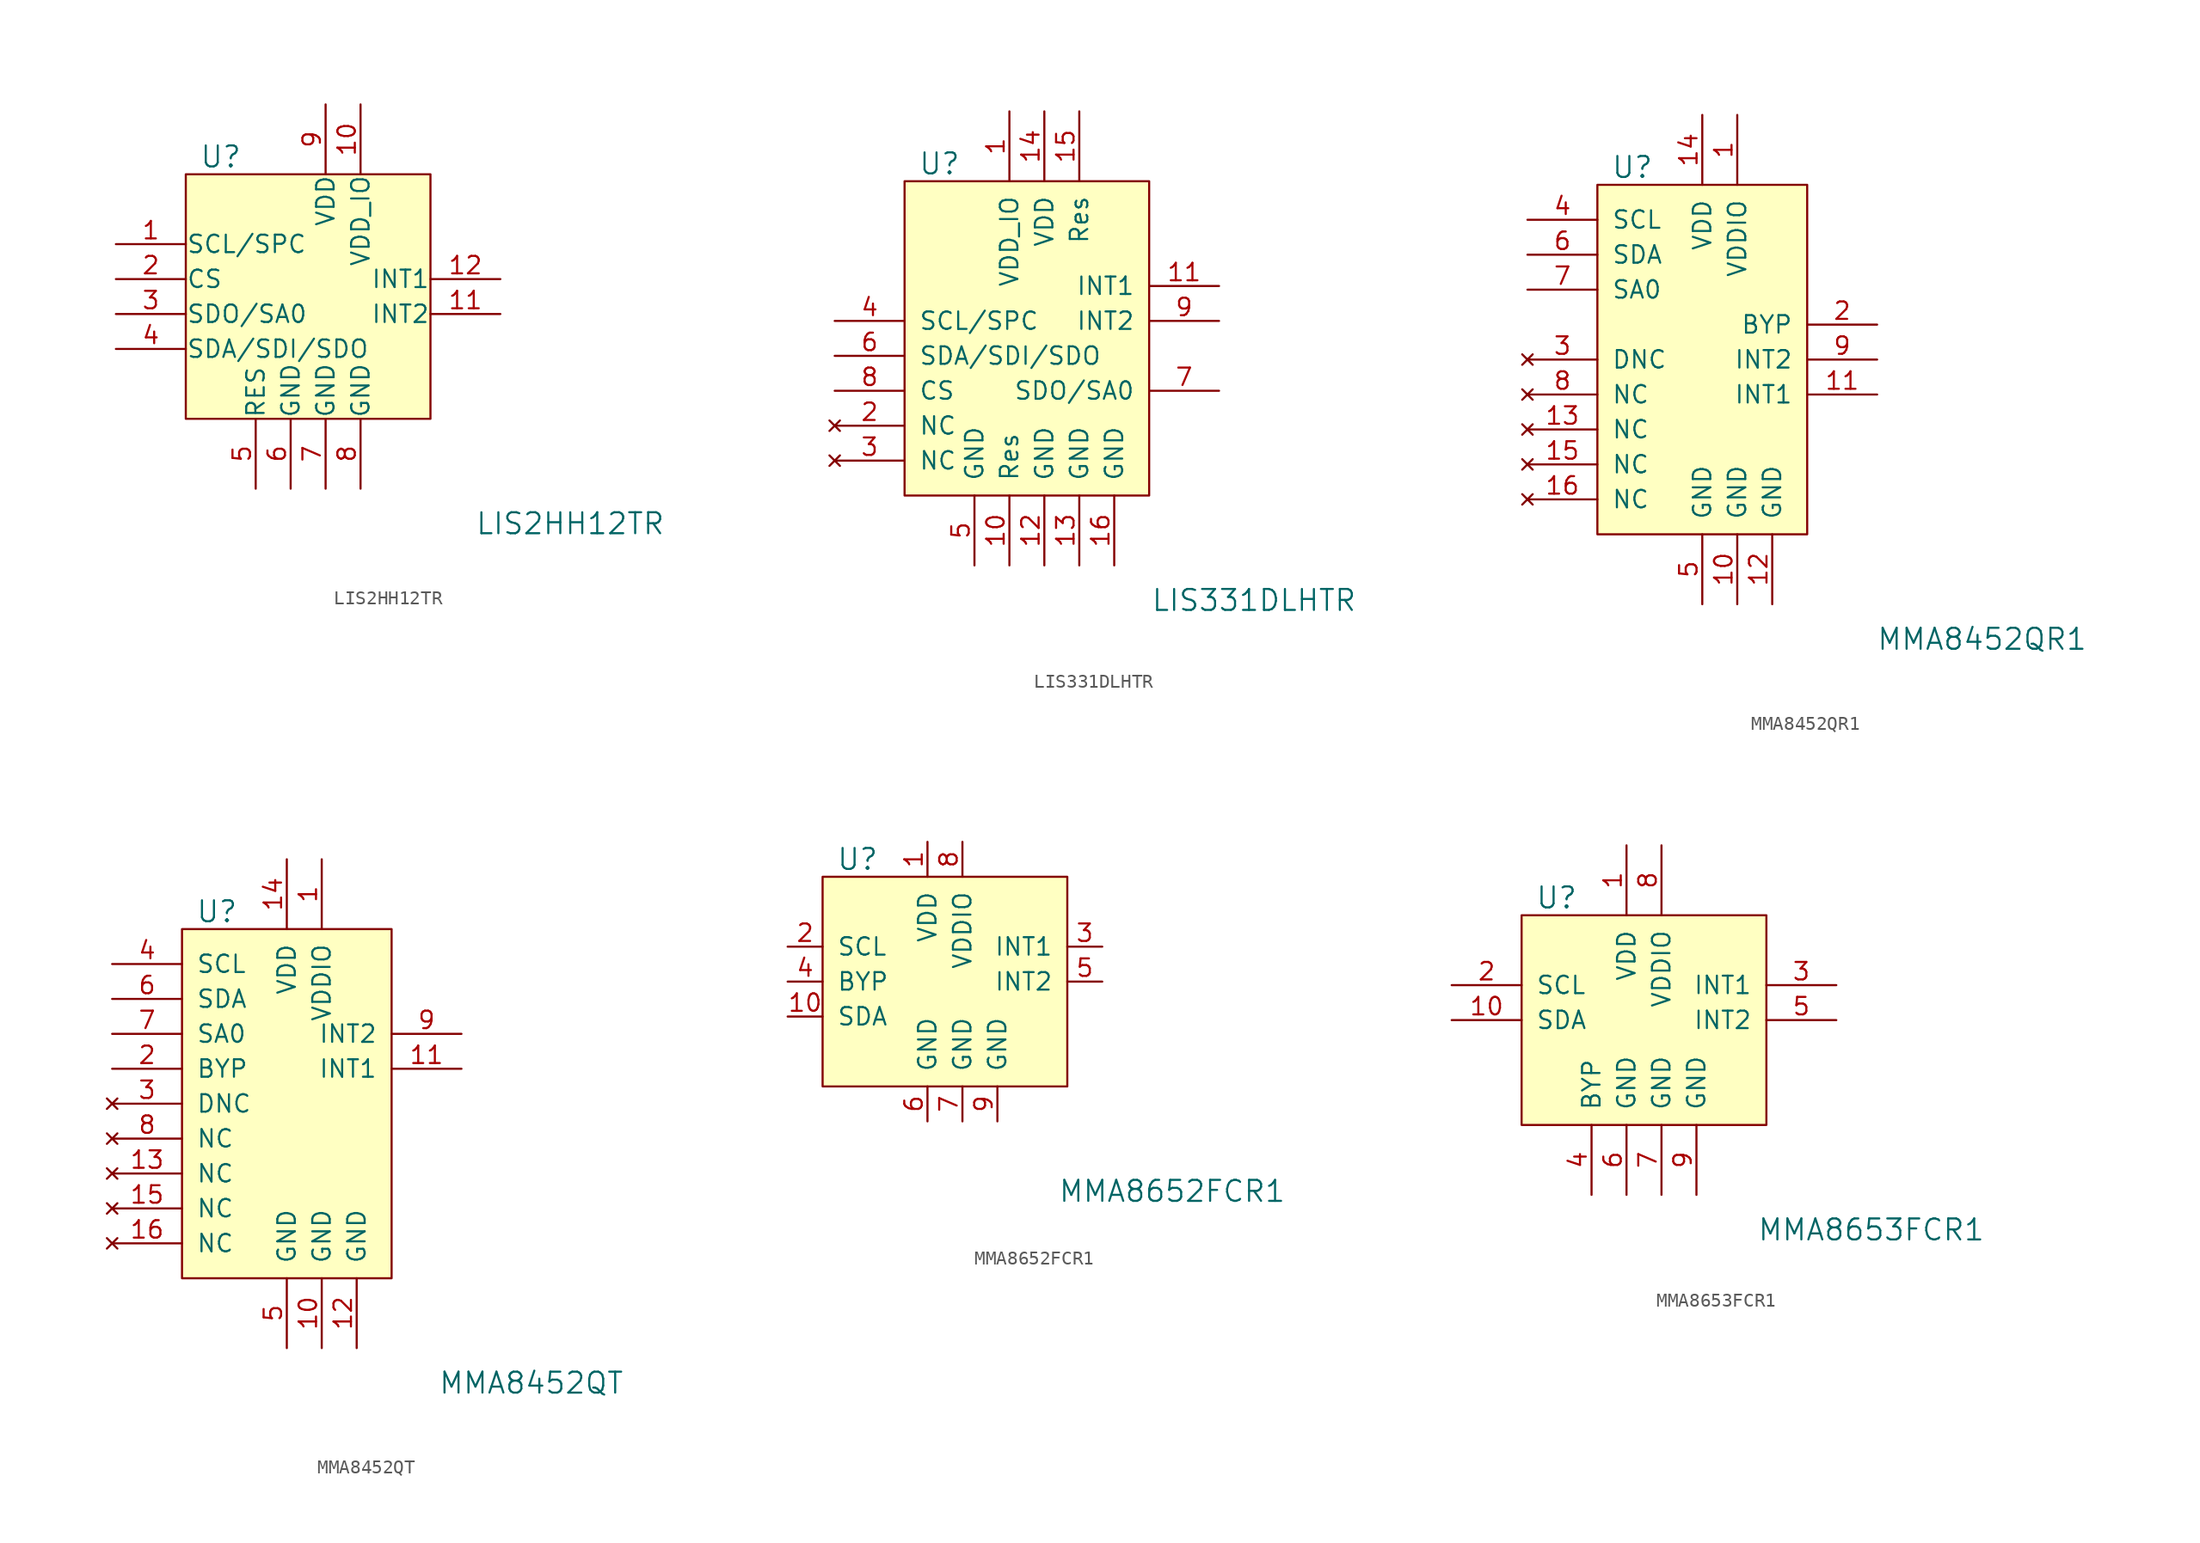
<source format=kicad_sym>
(kicad_symbol_lib
  (version 20211014)
  (generator kicad_symbol_editor)
  (symbol "LIS2HH12TR"
    (pin_names
      (offset 0.025))
    (property "Reference" "U"
      (at -7.62 8.89 0)
      (effects (font (size 1.524 1.524))))
    (property "Value" "LIS2HH12TR"
      (at 17.78 -17.78 0)
      (effects (font (size 1.524 1.524))))
    (symbol "LIS2HH12TR_0_1"
      (rectangle (start -10.16 7.62) (end 7.62 -10.16) (stroke (width 0) (type default) (color 0 0 0 0)) (fill (type background))))
    (symbol "LIS2HH12TR_1_1"
      (pin input line (at -15.24 2.54 0) (length 5.08) (name "SCL/SPC" (effects (font (size 1.27 1.27)))) (number "1" (effects (font (size 1.27 1.27)))))
      (pin power_in line (at 2.54 12.7 270) (length 5.08) (name "VDD_IO" (effects (font (size 1.27 1.27)))) (number "10" (effects (font (size 1.27 1.27)))))
      (pin output line (at 12.7 -2.54 180) (length 5.08) (name "INT2" (effects (font (size 1.27 1.27)))) (number "11" (effects (font (size 1.27 1.27)))))
      (pin output line (at 12.7 0 180) (length 5.08) (name "INT1" (effects (font (size 1.27 1.27)))) (number "12" (effects (font (size 1.27 1.27)))))
      (pin input line (at -15.24 0 0) (length 5.08) (name "CS" (effects (font (size 1.27 1.27)))) (number "2" (effects (font (size 1.27 1.27)))))
      (pin bidirectional line (at -15.24 -2.54 0) (length 5.08) (name "SDO/SA0" (effects (font (size 1.27 1.27)))) (number "3" (effects (font (size 1.27 1.27)))))
      (pin bidirectional line (at -15.24 -5.08 0) (length 5.08) (name "SDA/SDI/SDO" (effects (font (size 1.27 1.27)))) (number "4" (effects (font (size 1.27 1.27)))))
      (pin power_in line (at -5.08 -15.24 90) (length 5.08) (name "RES" (effects (font (size 1.27 1.27)))) (number "5" (effects (font (size 1.27 1.27)))))
      (pin power_in line (at -2.54 -15.24 90) (length 5.08) (name "GND" (effects (font (size 1.27 1.27)))) (number "6" (effects (font (size 1.27 1.27)))))
      (pin power_in line (at 0 -15.24 90) (length 5.08) (name "GND" (effects (font (size 1.27 1.27)))) (number "7" (effects (font (size 1.27 1.27)))))
      (pin power_in line (at 2.54 -15.24 90) (length 5.08) (name "GND" (effects (font (size 1.27 1.27)))) (number "8" (effects (font (size 1.27 1.27)))))
      (pin power_in line (at 0 12.7 270) (length 5.08) (name "VDD" (effects (font (size 1.27 1.27)))) (number "9" (effects (font (size 1.27 1.27)))))))
  (symbol "LIS331DLHTR"
    (pin_names
      (offset 1.016))
    (property "Reference" "U"
      (at -7.62 13.97 0)
      (effects (font (size 1.524 1.524))))
    (property "Value" "LIS331DLHTR"
      (at 15.24 -17.78 0)
      (effects (font (size 1.524 1.524))))
    (symbol "LIS331DLHTR_0_1"
      (rectangle (start -10.16 12.7) (end 7.62 -10.16) (stroke (width 0) (type default) (color 0 0 0 0)) (fill (type background))))
    (symbol "LIS331DLHTR_1_1"
      (pin power_in line (at -2.54 17.78 270) (length 5.08) (name "VDD_IO" (effects (font (size 1.27 1.27)))) (number "1" (effects (font (size 1.27 1.27)))))
      (pin power_in line (at -2.54 -15.24 90) (length 5.08) (name "Res" (effects (font (size 1.27 1.27)))) (number "10" (effects (font (size 1.27 1.27)))))
      (pin output line (at 12.7 5.08 180) (length 5.08) (name "INT1" (effects (font (size 1.27 1.27)))) (number "11" (effects (font (size 1.27 1.27)))))
      (pin power_in line (at 0 -15.24 90) (length 5.08) (name "GND" (effects (font (size 1.27 1.27)))) (number "12" (effects (font (size 1.27 1.27)))))
      (pin power_in line (at 2.54 -15.24 90) (length 5.08) (name "GND" (effects (font (size 1.27 1.27)))) (number "13" (effects (font (size 1.27 1.27)))))
      (pin power_in line (at 0 17.78 270) (length 5.08) (name "VDD" (effects (font (size 1.27 1.27)))) (number "14" (effects (font (size 1.27 1.27)))))
      (pin power_in line (at 2.54 17.78 270) (length 5.08) (name "Res" (effects (font (size 1.27 1.27)))) (number "15" (effects (font (size 1.27 1.27)))))
      (pin power_in line (at 5.08 -15.24 90) (length 5.08) (name "GND" (effects (font (size 1.27 1.27)))) (number "16" (effects (font (size 1.27 1.27)))))
      (pin no_connect line (at -15.24 -5.08 0) (length 5.08) (name "NC" (effects (font (size 1.27 1.27)))) (number "2" (effects (font (size 1.27 1.27)))))
      (pin no_connect line (at -15.24 -7.62 0) (length 5.08) (name "NC" (effects (font (size 1.27 1.27)))) (number "3" (effects (font (size 1.27 1.27)))))
      (pin input line (at -15.24 2.54 0) (length 5.08) (name "SCL/SPC" (effects (font (size 1.27 1.27)))) (number "4" (effects (font (size 1.27 1.27)))))
      (pin power_in line (at -5.08 -15.24 90) (length 5.08) (name "GND" (effects (font (size 1.27 1.27)))) (number "5" (effects (font (size 1.27 1.27)))))
      (pin bidirectional line (at -15.24 0 0) (length 5.08) (name "SDA/SDI/SDO" (effects (font (size 1.27 1.27)))) (number "6" (effects (font (size 1.27 1.27)))))
      (pin output line (at 12.7 -2.54 180) (length 5.08) (name "SDO/SA0" (effects (font (size 1.27 1.27)))) (number "7" (effects (font (size 1.27 1.27)))))
      (pin input line (at -15.24 -2.54 0) (length 5.08) (name "CS" (effects (font (size 1.27 1.27)))) (number "8" (effects (font (size 1.27 1.27)))))
      (pin output line (at 12.7 2.54 180) (length 5.08) (name "INT2" (effects (font (size 1.27 1.27)))) (number "9" (effects (font (size 1.27 1.27)))))))
  (symbol "MMA8452QR1"
    (pin_names
      (offset 1.016))
    (property "Reference" "U"
      (at -5.08 13.97 0)
      (effects (font (size 1.524 1.524))))
    (property "Value" "MMA8452QR1"
      (at 20.32 -20.32 0)
      (effects (font (size 1.524 1.524))))
    (symbol "MMA8452QR1_0_1"
      (rectangle (start -7.62 12.7) (end 7.62 -12.7) (stroke (width 0) (type default) (color 0 0 0 0)) (fill (type background))))
    (symbol "MMA8452QR1_1_1"
      (pin power_in line (at 2.54 17.78 270) (length 5.08) (name "VDDIO" (effects (font (size 1.27 1.27)))) (number "1" (effects (font (size 1.27 1.27)))))
      (pin power_in line (at 2.54 -17.78 90) (length 5.08) (name "GND" (effects (font (size 1.27 1.27)))) (number "10" (effects (font (size 1.27 1.27)))))
      (pin output line (at 12.7 -2.54 180) (length 5.08) (name "INT1" (effects (font (size 1.27 1.27)))) (number "11" (effects (font (size 1.27 1.27)))))
      (pin power_in line (at 5.08 -17.78 90) (length 5.08) (name "GND" (effects (font (size 1.27 1.27)))) (number "12" (effects (font (size 1.27 1.27)))))
      (pin no_connect line (at -12.7 -5.08 0) (length 5.08) (name "NC" (effects (font (size 1.27 1.27)))) (number "13" (effects (font (size 1.27 1.27)))))
      (pin power_in line (at 0 17.78 270) (length 5.08) (name "VDD" (effects (font (size 1.27 1.27)))) (number "14" (effects (font (size 1.27 1.27)))))
      (pin no_connect line (at -12.7 -7.62 0) (length 5.08) (name "NC" (effects (font (size 1.27 1.27)))) (number "15" (effects (font (size 1.27 1.27)))))
      (pin no_connect line (at -12.7 -10.16 0) (length 5.08) (name "NC" (effects (font (size 1.27 1.27)))) (number "16" (effects (font (size 1.27 1.27)))))
      (pin output line (at 12.7 2.54 180) (length 5.08) (name "BYP" (effects (font (size 1.27 1.27)))) (number "2" (effects (font (size 1.27 1.27)))))
      (pin no_connect line (at -12.7 0 0) (length 5.08) (name "DNC" (effects (font (size 1.27 1.27)))) (number "3" (effects (font (size 1.27 1.27)))))
      (pin bidirectional line (at -12.7 10.16 0) (length 5.08) (name "SCL" (effects (font (size 1.27 1.27)))) (number "4" (effects (font (size 1.27 1.27)))))
      (pin power_in line (at 0 -17.78 90) (length 5.08) (name "GND" (effects (font (size 1.27 1.27)))) (number "5" (effects (font (size 1.27 1.27)))))
      (pin bidirectional line (at -12.7 7.62 0) (length 5.08) (name "SDA" (effects (font (size 1.27 1.27)))) (number "6" (effects (font (size 1.27 1.27)))))
      (pin bidirectional line (at -12.7 5.08 0) (length 5.08) (name "SA0" (effects (font (size 1.27 1.27)))) (number "7" (effects (font (size 1.27 1.27)))))
      (pin no_connect line (at -12.7 -2.54 0) (length 5.08) (name "NC" (effects (font (size 1.27 1.27)))) (number "8" (effects (font (size 1.27 1.27)))))
      (pin power_out line (at 12.7 0 180) (length 5.08) (name "INT2" (effects (font (size 1.27 1.27)))) (number "9" (effects (font (size 1.27 1.27)))))))
  (symbol "MMA8452QT"
    (pin_names
      (offset 1.016))
    (property "Reference" "U"
      (at -5.08 13.97 0)
      (effects (font (size 1.524 1.524))))
    (property "Value" "MMA8452QT"
      (at 17.78 -20.32 0)
      (effects (font (size 1.524 1.524))))
    (symbol "MMA8452QT_0_1"
      (rectangle (start -7.62 12.7) (end 7.62 -12.7) (stroke (width 0) (type default) (color 0 0 0 0)) (fill (type background))))
    (symbol "MMA8452QT_1_1"
      (pin power_in line (at 2.54 17.78 270) (length 5.08) (name "VDDIO" (effects (font (size 1.27 1.27)))) (number "1" (effects (font (size 1.27 1.27)))))
      (pin power_in line (at 2.54 -17.78 90) (length 5.08) (name "GND" (effects (font (size 1.27 1.27)))) (number "10" (effects (font (size 1.27 1.27)))))
      (pin input line (at 12.7 2.54 180) (length 5.08) (name "INT1" (effects (font (size 1.27 1.27)))) (number "11" (effects (font (size 1.27 1.27)))))
      (pin power_in line (at 5.08 -17.78 90) (length 5.08) (name "GND" (effects (font (size 1.27 1.27)))) (number "12" (effects (font (size 1.27 1.27)))))
      (pin no_connect line (at -12.7 -5.08 0) (length 5.08) (name "NC" (effects (font (size 1.27 1.27)))) (number "13" (effects (font (size 1.27 1.27)))))
      (pin power_in line (at 0 17.78 270) (length 5.08) (name "VDD" (effects (font (size 1.27 1.27)))) (number "14" (effects (font (size 1.27 1.27)))))
      (pin no_connect line (at -12.7 -7.62 0) (length 5.08) (name "NC" (effects (font (size 1.27 1.27)))) (number "15" (effects (font (size 1.27 1.27)))))
      (pin no_connect line (at -12.7 -10.16 0) (length 5.08) (name "NC" (effects (font (size 1.27 1.27)))) (number "16" (effects (font (size 1.27 1.27)))))
      (pin unspecified line (at -12.7 2.54 0) (length 5.08) (name "BYP" (effects (font (size 1.27 1.27)))) (number "2" (effects (font (size 1.27 1.27)))))
      (pin no_connect line (at -12.7 0 0) (length 5.08) (name "DNC" (effects (font (size 1.27 1.27)))) (number "3" (effects (font (size 1.27 1.27)))))
      (pin bidirectional line (at -12.7 10.16 0) (length 5.08) (name "SCL" (effects (font (size 1.27 1.27)))) (number "4" (effects (font (size 1.27 1.27)))))
      (pin power_in line (at 0 -17.78 90) (length 5.08) (name "GND" (effects (font (size 1.27 1.27)))) (number "5" (effects (font (size 1.27 1.27)))))
      (pin bidirectional line (at -12.7 7.62 0) (length 5.08) (name "SDA" (effects (font (size 1.27 1.27)))) (number "6" (effects (font (size 1.27 1.27)))))
      (pin bidirectional line (at -12.7 5.08 0) (length 5.08) (name "SA0" (effects (font (size 1.27 1.27)))) (number "7" (effects (font (size 1.27 1.27)))))
      (pin no_connect line (at -12.7 -2.54 0) (length 5.08) (name "NC" (effects (font (size 1.27 1.27)))) (number "8" (effects (font (size 1.27 1.27)))))
      (pin input line (at 12.7 5.08 180) (length 5.08) (name "INT2" (effects (font (size 1.27 1.27)))) (number "9" (effects (font (size 1.27 1.27)))))))
  (symbol "MMA8652FCR1"
    (pin_names
      (offset 1.016))
    (property "Reference" "U"
      (at -5.08 8.89 0)
      (effects (font (size 1.524 1.524))))
    (property "Value" "MMA8652FCR1"
      (at 17.78 -15.24 0)
      (effects (font (size 1.524 1.524))))
    (symbol "MMA8652FCR1_0_1"
      (rectangle (start -7.62 7.62) (end 10.16 -7.62) (stroke (width 0) (type default) (color 0 0 0 0)) (fill (type background))))
    (symbol "MMA8652FCR1_1_1"
      (pin input line (at 0 10.16 270) (length 2.54) (name "VDD" (effects (font (size 1.27 1.27)))) (number "1" (effects (font (size 1.27 1.27)))))
      (pin bidirectional line (at -10.16 -2.54 0) (length 2.54) (name "SDA" (effects (font (size 1.27 1.27)))) (number "10" (effects (font (size 1.27 1.27)))))
      (pin input line (at -10.16 2.54 0) (length 2.54) (name "SCL" (effects (font (size 1.27 1.27)))) (number "2" (effects (font (size 1.27 1.27)))))
      (pin output line (at 12.7 2.54 180) (length 2.54) (name "INT1" (effects (font (size 1.27 1.27)))) (number "3" (effects (font (size 1.27 1.27)))))
      (pin bidirectional line (at -10.16 0 0) (length 2.54) (name "BYP" (effects (font (size 1.27 1.27)))) (number "4" (effects (font (size 1.27 1.27)))))
      (pin output line (at 12.7 0 180) (length 2.54) (name "INT2" (effects (font (size 1.27 1.27)))) (number "5" (effects (font (size 1.27 1.27)))))
      (pin power_in line (at 0 -10.16 90) (length 2.54) (name "GND" (effects (font (size 1.27 1.27)))) (number "6" (effects (font (size 1.27 1.27)))))
      (pin power_in line (at 2.54 -10.16 90) (length 2.54) (name "GND" (effects (font (size 1.27 1.27)))) (number "7" (effects (font (size 1.27 1.27)))))
      (pin input line (at 2.54 10.16 270) (length 2.54) (name "VDDIO" (effects (font (size 1.27 1.27)))) (number "8" (effects (font (size 1.27 1.27)))))
      (pin power_in line (at 5.08 -10.16 90) (length 2.54) (name "GND" (effects (font (size 1.27 1.27)))) (number "9" (effects (font (size 1.27 1.27)))))))
  (symbol "MMA8653FCR1"
    (pin_names
      (offset 1.016))
    (property "Reference" "U"
      (at -5.08 8.89 0)
      (effects (font (size 1.524 1.524))))
    (property "Value" "MMA8653FCR1"
      (at 17.78 -15.24 0)
      (effects (font (size 1.524 1.524))))
    (symbol "MMA8653FCR1_0_1"
      (rectangle (start -7.62 7.62) (end 10.16 -7.62) (stroke (width 0) (type default) (color 0 0 0 0)) (fill (type background))))
    (symbol "MMA8653FCR1_1_1"
      (pin power_in line (at 0 12.7 270) (length 5.08) (name "VDD" (effects (font (size 1.27 1.27)))) (number "1" (effects (font (size 1.27 1.27)))))
      (pin bidirectional line (at -12.7 0 0) (length 5.08) (name "SDA" (effects (font (size 1.27 1.27)))) (number "10" (effects (font (size 1.27 1.27)))))
      (pin input line (at -12.7 2.54 0) (length 5.08) (name "SCL" (effects (font (size 1.27 1.27)))) (number "2" (effects (font (size 1.27 1.27)))))
      (pin output line (at 15.24 2.54 180) (length 5.08) (name "INT1" (effects (font (size 1.27 1.27)))) (number "3" (effects (font (size 1.27 1.27)))))
      (pin output line (at -2.54 -12.7 90) (length 5.08) (name "BYP" (effects (font (size 1.27 1.27)))) (number "4" (effects (font (size 1.27 1.27)))))
      (pin output line (at 15.24 0 180) (length 5.08) (name "INT2" (effects (font (size 1.27 1.27)))) (number "5" (effects (font (size 1.27 1.27)))))
      (pin power_in line (at 0 -12.7 90) (length 5.08) (name "GND" (effects (font (size 1.27 1.27)))) (number "6" (effects (font (size 1.27 1.27)))))
      (pin power_in line (at 2.54 -12.7 90) (length 5.08) (name "GND" (effects (font (size 1.27 1.27)))) (number "7" (effects (font (size 1.27 1.27)))))
      (pin power_in line (at 2.54 12.7 270) (length 5.08) (name "VDDIO" (effects (font (size 1.27 1.27)))) (number "8" (effects (font (size 1.27 1.27)))))
      (pin power_in line (at 5.08 -12.7 90) (length 5.08) (name "GND" (effects (font (size 1.27 1.27)))) (number "9" (effects (font (size 1.27 1.27))))))))
</source>
